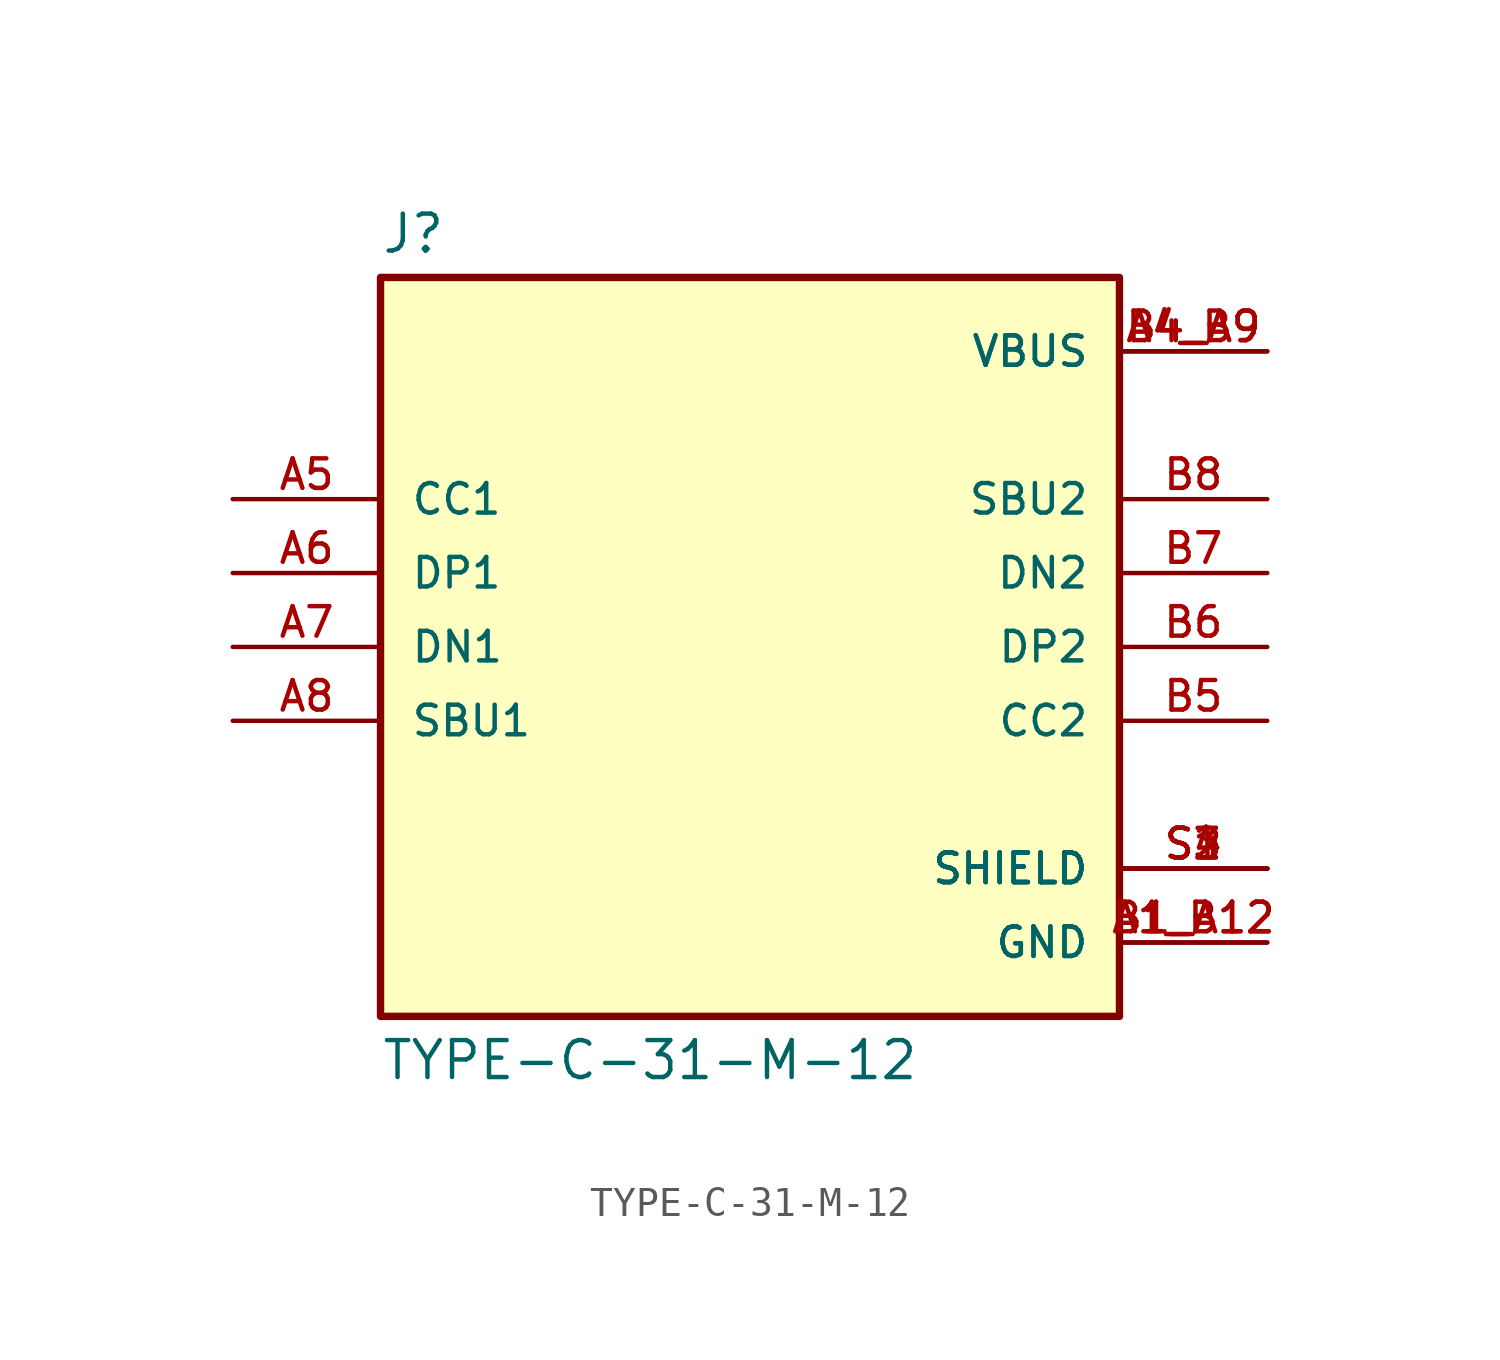
<source format=kicad_sym>
(kicad_symbol_lib
  (version 20220914)
  (generator kicad_symbol_editor)
  (symbol "TYPE-C-31-M-12"
    (pin_names
      (offset 1.016))
    (property "Reference" "J"
      (at -12.7 13.462 0)
      (effects (font (size 1.27 1.27)) (justify left bottom)))
    (property "Value" "TYPE-C-31-M-12"
      (at -12.7 -13.462 0)
      (effects (font (size 1.27 1.27)) (justify left top)))
    (symbol "TYPE-C-31-M-12_0_0"
      (rectangle (start -12.7 12.7) (end 12.7 -12.7) (stroke (width 0.254) (type default)) (fill (type background)))
      (pin power_in line (at 17.78 -10.16 180) (length 5.08) (name "GND" (effects (font (size 1.016 1.016)))) (number "A1_B12" (effects (font (size 1.016 1.016)))))
      (pin power_in line (at 17.78 10.16 180) (length 5.08) (name "VBUS" (effects (font (size 1.016 1.016)))) (number "A4_B9" (effects (font (size 1.016 1.016)))))
      (pin bidirectional line (at -17.78 5.08 0) (length 5.08) (name "CC1" (effects (font (size 1.016 1.016)))) (number "A5" (effects (font (size 1.016 1.016)))))
      (pin bidirectional line (at -17.78 2.54 0) (length 5.08) (name "DP1" (effects (font (size 1.016 1.016)))) (number "A6" (effects (font (size 1.016 1.016)))))
      (pin bidirectional line (at -17.78 0 0) (length 5.08) (name "DN1" (effects (font (size 1.016 1.016)))) (number "A7" (effects (font (size 1.016 1.016)))))
      (pin bidirectional line (at -17.78 -2.54 0) (length 5.08) (name "SBU1" (effects (font (size 1.016 1.016)))) (number "A8" (effects (font (size 1.016 1.016)))))
      (pin power_in line (at 17.78 -10.16 180) (length 5.08) (name "GND" (effects (font (size 1.016 1.016)))) (number "B1_A12" (effects (font (size 1.016 1.016)))))
      (pin power_in line (at 17.78 10.16 180) (length 5.08) (name "VBUS" (effects (font (size 1.016 1.016)))) (number "B4_A9" (effects (font (size 1.016 1.016)))))
      (pin bidirectional line (at 17.78 -2.54 180) (length 5.08) (name "CC2" (effects (font (size 1.016 1.016)))) (number "B5" (effects (font (size 1.016 1.016)))))
      (pin bidirectional line (at 17.78 0 180) (length 5.08) (name "DP2" (effects (font (size 1.016 1.016)))) (number "B6" (effects (font (size 1.016 1.016)))))
      (pin bidirectional line (at 17.78 2.54 180) (length 5.08) (name "DN2" (effects (font (size 1.016 1.016)))) (number "B7" (effects (font (size 1.016 1.016)))))
      (pin bidirectional line (at 17.78 5.08 180) (length 5.08) (name "SBU2" (effects (font (size 1.016 1.016)))) (number "B8" (effects (font (size 1.016 1.016)))))
      (pin passive line (at 17.78 -7.62 180) (length 5.08) (name "SHIELD" (effects (font (size 1.016 1.016)))) (number "S1" (effects (font (size 1.016 1.016)))))
      (pin passive line (at 17.78 -7.62 180) (length 5.08) (name "SHIELD" (effects (font (size 1.016 1.016)))) (number "S2" (effects (font (size 1.016 1.016)))))
      (pin passive line (at 17.78 -7.62 180) (length 5.08) (name "SHIELD" (effects (font (size 1.016 1.016)))) (number "S3" (effects (font (size 1.016 1.016)))))
      (pin passive line (at 17.78 -7.62 180) (length 5.08) (name "SHIELD" (effects (font (size 1.016 1.016)))) (number "S4" (effects (font (size 1.016 1.016))))))))
</source>
